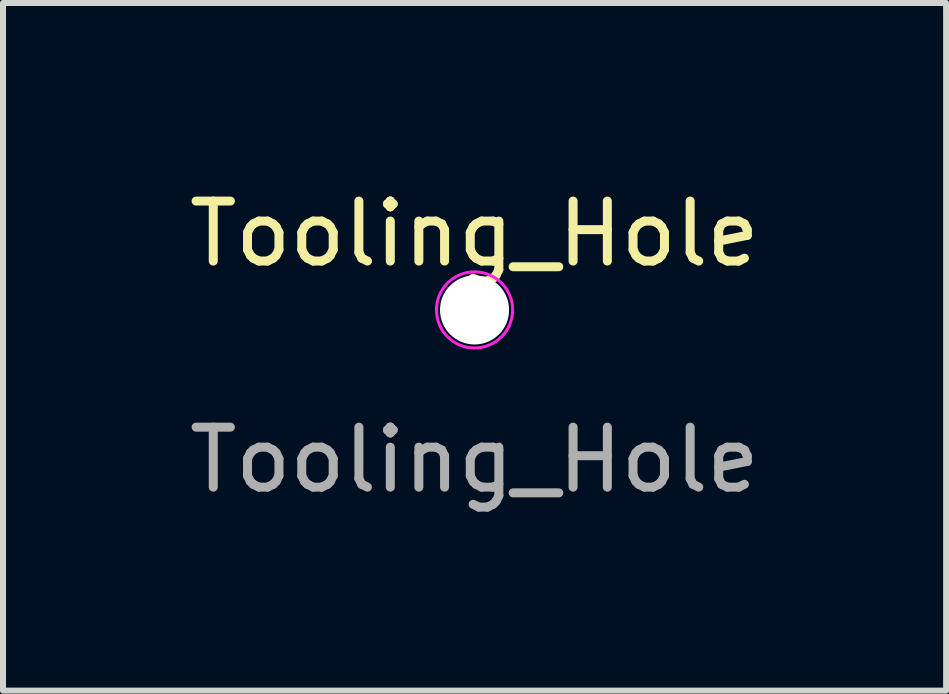
<source format=kicad_pcb>
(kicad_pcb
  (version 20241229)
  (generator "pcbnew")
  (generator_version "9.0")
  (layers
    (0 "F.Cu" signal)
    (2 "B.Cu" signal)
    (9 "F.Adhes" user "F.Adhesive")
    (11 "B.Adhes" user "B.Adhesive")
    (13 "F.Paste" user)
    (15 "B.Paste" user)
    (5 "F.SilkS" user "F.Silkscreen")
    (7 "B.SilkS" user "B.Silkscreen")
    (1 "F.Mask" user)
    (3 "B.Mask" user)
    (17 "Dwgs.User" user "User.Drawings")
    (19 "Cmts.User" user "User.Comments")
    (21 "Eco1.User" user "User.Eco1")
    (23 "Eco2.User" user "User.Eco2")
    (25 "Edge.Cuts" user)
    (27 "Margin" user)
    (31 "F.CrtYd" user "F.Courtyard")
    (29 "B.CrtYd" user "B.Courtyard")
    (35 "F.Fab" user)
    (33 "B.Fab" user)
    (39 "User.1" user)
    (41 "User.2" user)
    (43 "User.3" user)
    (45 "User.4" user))
  (footprint "Tooling_Hole"
    (layer "F.Cu")
    (at 4.863 2.118)
    (property "Reference" "Tooling_Hole" (at 0 -1.27 0) (unlocked yes) (layer "F.SilkS") (effects (font (size 1 1) (thickness 0.15))))
    (attr exclude_from_pos_files exclude_from_bom)
    (fp_circle (center 0 0) (end 0.613 0) (stroke (width 0.074) (type solid)) (fill no) (layer "F.Mask"))
    (fp_circle (center 0 0) (end 0.613 0) (stroke (width 0.074) (type solid)) (fill no) (layer "B.Mask"))
    (fp_circle (center 0 0) (end 0.635 0) (stroke (width 0.05) (type solid)) (fill no) (layer "F.CrtYd"))
    (fp_text user "${REFERENCE}" (at 0 2.5 0) (unlocked yes) (layer "F.Fab") (effects (font (size 1 1) (thickness 0.15))))
    (pad "" np_thru_hole circle (at 0 0) (size 1.152 1.152) (drill 1.152) (layers "*.Cu" "*.Mask")))
  (gr_rect
    (start -3 -3)
    (end 12.726 8.466)
    (stroke (width 0.1) (type default))
    (fill no)
    (layer "Edge.Cuts")))
</source>
